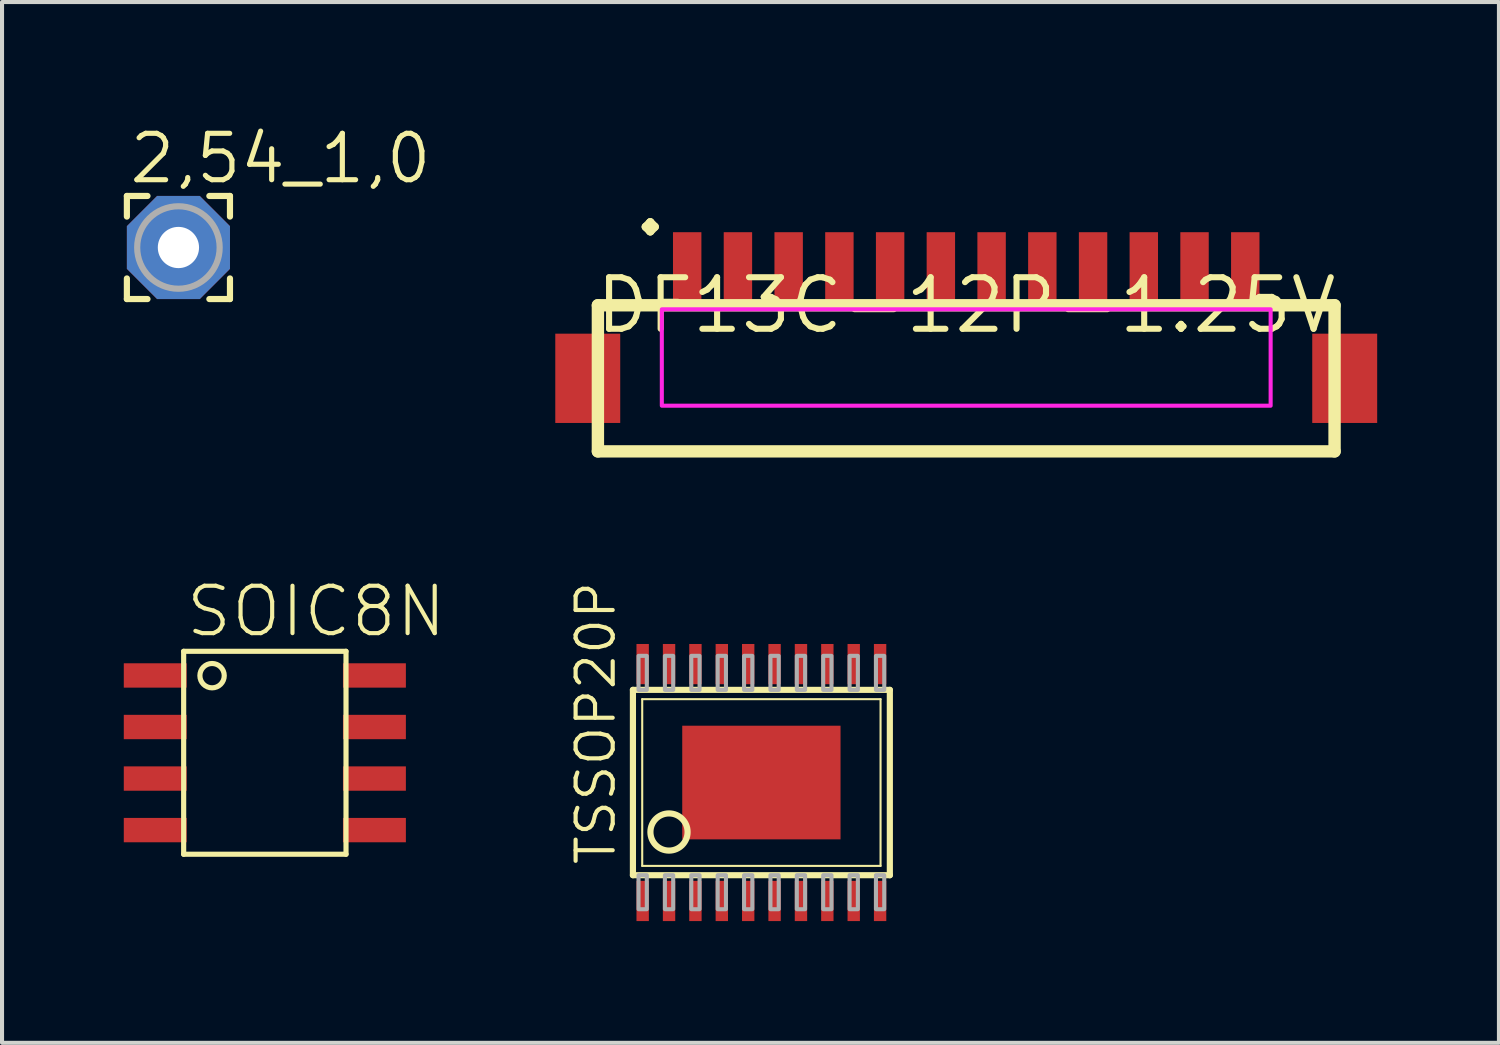
<source format=kicad_pcb>
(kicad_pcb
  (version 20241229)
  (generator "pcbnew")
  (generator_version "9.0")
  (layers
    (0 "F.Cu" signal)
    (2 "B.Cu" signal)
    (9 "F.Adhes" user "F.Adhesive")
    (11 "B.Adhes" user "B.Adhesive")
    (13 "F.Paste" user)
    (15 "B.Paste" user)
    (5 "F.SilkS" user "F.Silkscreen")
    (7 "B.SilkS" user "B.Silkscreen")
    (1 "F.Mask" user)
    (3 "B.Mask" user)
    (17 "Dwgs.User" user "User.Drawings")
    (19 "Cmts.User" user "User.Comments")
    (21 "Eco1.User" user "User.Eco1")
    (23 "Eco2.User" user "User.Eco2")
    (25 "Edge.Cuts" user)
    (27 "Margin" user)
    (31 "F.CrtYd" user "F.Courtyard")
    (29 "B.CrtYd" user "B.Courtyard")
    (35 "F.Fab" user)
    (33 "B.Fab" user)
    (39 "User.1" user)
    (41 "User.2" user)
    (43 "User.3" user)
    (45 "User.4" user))
  (footprint "DF13C-12P-1.25V"
    (layer "F.Cu")
    (at 20.756 4.471)
    (property "Reference" "DF13C-12P-1.25V" (at 0 0 0) (layer "F.SilkS") (effects (font (size 1.27 1.27) (thickness 0.15))))
    (fp_line (start -9.075 0) (end -9.075 3.6) (stroke (width 0.305) (type solid)) (layer "F.SilkS"))
    (fp_line (start -9.075 3.6) (end 9.075 3.6) (stroke (width 0.305) (type solid)) (layer "F.SilkS"))
    (fp_line (start 9.075 0) (end -9.075 0) (stroke (width 0.305) (type solid)) (layer "F.SilkS"))
    (fp_line (start 9.075 3.6) (end 9.075 0) (stroke (width 0.305) (type solid)) (layer "F.SilkS"))
    (fp_poly (pts (xy -7.5 2.475) (xy 7.5 2.475) (xy 7.5 0.1) (xy -7.5 0.1)) (stroke (width 0.1) (type default)) (fill no) (layer "F.CrtYd"))
    (fp_text user "." (at -8.475 -1.525 0) (layer "F.SilkS") (effects (font (size 2.337 2.337) (thickness 0.203)) (justify left bottom)))
    (pad "M$0" smd rect (at 9.325 1.8 90) (size 2.2 1.6) (layers "F.Cu" "F.Mask" "F.Paste"))
    (pad "M$1" smd rect (at -9.325 1.8 90) (size 2.2 1.6) (layers "F.Cu" "F.Mask" "F.Paste"))
    (pad "P$1" smd rect (at -6.875 -0.9) (size 0.7 1.8) (layers "F.Cu" "F.Mask" "F.Paste"))
    (pad "P$2" smd rect (at -5.625 -0.9) (size 0.7 1.8) (layers "F.Cu" "F.Mask" "F.Paste"))
    (pad "P$3" smd rect (at -4.375 -0.9) (size 0.7 1.8) (layers "F.Cu" "F.Mask" "F.Paste"))
    (pad "P$4" smd rect (at -3.125 -0.9) (size 0.7 1.8) (layers "F.Cu" "F.Mask" "F.Paste"))
    (pad "P$5" smd rect (at -1.875 -0.9) (size 0.7 1.8) (layers "F.Cu" "F.Mask" "F.Paste"))
    (pad "P$6" smd rect (at -0.625 -0.9) (size 0.7 1.8) (layers "F.Cu" "F.Mask" "F.Paste"))
    (pad "P$7" smd rect (at 0.625 -0.9) (size 0.7 1.8) (layers "F.Cu" "F.Mask" "F.Paste"))
    (pad "P$8" smd rect (at 1.875 -0.9) (size 0.7 1.8) (layers "F.Cu" "F.Mask" "F.Paste"))
    (pad "P$9" smd rect (at 3.125 -0.9) (size 0.7 1.8) (layers "F.Cu" "F.Mask" "F.Paste"))
    (pad "P$10" smd rect (at 4.375 -0.9) (size 0.7 1.8) (layers "F.Cu" "F.Mask" "F.Paste"))
    (pad "P$11" smd rect (at 5.625 -0.9) (size 0.7 1.8) (layers "F.Cu" "F.Mask" "F.Paste"))
    (pad "P$12" smd rect (at 6.875 -0.9) (size 0.7 1.8) (layers "F.Cu" "F.Mask" "F.Paste")))
  (footprint "2,54_1,0"
    (layer "F.Cu")
    (at 1.346 3.048)
    (property "Reference" "2,54_1,0" (at -1.27 -1.524 0) (layer "F.SilkS") (effects (font (size 1.143 1.143) (thickness 0.127)) (justify left bottom)))
    (fp_line (start -1.27 -1.27) (end -1.27 -0.762) (stroke (width 0.152) (type solid)) (layer "F.SilkS"))
    (fp_line (start -1.27 -1.27) (end -0.762 -1.27) (stroke (width 0.152) (type solid)) (layer "F.SilkS"))
    (fp_line (start -1.27 1.27) (end -1.27 0.762) (stroke (width 0.152) (type solid)) (layer "F.SilkS"))
    (fp_line (start -1.27 1.27) (end -0.762 1.27) (stroke (width 0.152) (type solid)) (layer "F.SilkS"))
    (fp_line (start 0.762 1.27) (end 1.27 1.27) (stroke (width 0.152) (type solid)) (layer "F.SilkS"))
    (fp_line (start 1.27 -1.27) (end 0.762 -1.27) (stroke (width 0.152) (type solid)) (layer "F.SilkS"))
    (fp_line (start 1.27 -1.27) (end 1.27 -0.762) (stroke (width 0.152) (type solid)) (layer "F.SilkS"))
    (fp_line (start 1.27 1.27) (end 1.27 0.762) (stroke (width 0.152) (type solid)) (layer "F.SilkS"))
    (fp_circle (center 0 0) (end 1.016 0) (stroke (width 0.152) (type solid)) (fill no) (layer "F.Fab"))
    (pad "1" thru_hole roundrect (at 0 0) (size 2.54 2.54) (drill 1.016) (layers "*.Cu" "*.Mask") (roundrect_rratio 0.25) (chamfer_ratio 0.293) (chamfer top_left top_right bottom_left bottom_right)))
  (footprint "SOIC8N"
    (layer "F.Cu")
    (at 3.475 15.497)
    (property "Reference" "SOIC8N" (at -2 -2.8 0) (layer "F.SilkS") (effects (font (size 1.168 1.168) (thickness 0.102)) (justify left bottom)))
    (fp_line (start -2 -2.5) (end -2 2.5) (stroke (width 0.127) (type solid)) (layer "F.SilkS"))
    (fp_line (start -2 2.5) (end 2 2.5) (stroke (width 0.127) (type solid)) (layer "F.SilkS"))
    (fp_line (start 2 -2.5) (end -2 -2.5) (stroke (width 0.127) (type solid)) (layer "F.SilkS"))
    (fp_line (start 2 2.5) (end 2 -2.5) (stroke (width 0.127) (type solid)) (layer "F.SilkS"))
    (fp_circle (center -1.3 -1.9) (end -1 -1.9) (stroke (width 0.127) (type solid)) (fill no) (layer "F.SilkS"))
    (pad "1" smd rect (at -2.7 -1.905 270) (size 0.6 1.55) (layers "F.Cu" "F.Mask" "F.Paste"))
    (pad "2" smd rect (at -2.7 -0.635 270) (size 0.6 1.55) (layers "F.Cu" "F.Mask" "F.Paste"))
    (pad "3" smd rect (at -2.7 0.635 270) (size 0.6 1.55) (layers "F.Cu" "F.Mask" "F.Paste"))
    (pad "4" smd rect (at -2.7 1.905 270) (size 0.6 1.55) (layers "F.Cu" "F.Mask" "F.Paste"))
    (pad "5" smd rect (at 2.7 1.905 270) (size 0.6 1.55) (layers "F.Cu" "F.Mask" "F.Paste"))
    (pad "6" smd rect (at 2.7 0.635 270) (size 0.6 1.55) (layers "F.Cu" "F.Mask" "F.Paste"))
    (pad "7" smd rect (at 2.7 -0.635 270) (size 0.6 1.55) (layers "F.Cu" "F.Mask" "F.Paste"))
    (pad "8" smd rect (at 2.7 -1.905 270) (size 0.6 1.55) (layers "F.Cu" "F.Mask" "F.Paste")))
  (footprint "TSSOP20P"
    (layer "F.Cu")
    (at 15.709 16.23)
    (property "Reference" "TSSOP20P" (at -3.546 2.083 90) (layer "F.SilkS") (effects (font (size 0.914 0.914) (thickness 0.102)) (justify left bottom)))
    (fp_line (start -3.165 2.283) (end -3.165 -2.283) (stroke (width 0.152) (type solid)) (layer "F.SilkS"))
    (fp_line (start -3.165 2.283) (end 3.165 2.283) (stroke (width 0.152) (type solid)) (layer "F.SilkS"))
    (fp_line (start -2.936 2.054) (end -2.936 -2.054) (stroke (width 0.051) (type solid)) (layer "F.SilkS"))
    (fp_line (start -2.936 2.054) (end 2.936 2.054) (stroke (width 0.051) (type solid)) (layer "F.SilkS"))
    (fp_line (start 2.936 -2.054) (end -2.936 -2.054) (stroke (width 0.051) (type solid)) (layer "F.SilkS"))
    (fp_line (start 2.936 -2.054) (end 2.936 2.054) (stroke (width 0.051) (type solid)) (layer "F.SilkS"))
    (fp_line (start 3.165 -2.283) (end -3.165 -2.283) (stroke (width 0.152) (type solid)) (layer "F.SilkS"))
    (fp_line (start 3.165 -2.283) (end 3.165 2.283) (stroke (width 0.152) (type solid)) (layer "F.SilkS"))
    (fp_circle (center -2.276 1.219) (end -1.818 1.219) (stroke (width 0.152) (type solid)) (fill no) (layer "F.SilkS"))
    (fp_poly (pts (xy -3.027 -2.283) (xy -2.823 -2.283) (xy -2.823 -3.121) (xy -3.027 -3.121)) (stroke (width 0.1) (type default)) (fill no) (layer "F.Fab"))
    (fp_poly (pts (xy -3.027 3.121) (xy -2.823 3.121) (xy -2.823 2.283) (xy -3.027 2.283)) (stroke (width 0.1) (type default)) (fill no) (layer "F.Fab"))
    (fp_poly (pts (xy -2.377 -2.283) (xy -2.173 -2.283) (xy -2.173 -3.121) (xy -2.377 -3.121)) (stroke (width 0.1) (type default)) (fill no) (layer "F.Fab"))
    (fp_poly (pts (xy -2.377 3.121) (xy -2.173 3.121) (xy -2.173 2.283) (xy -2.377 2.283)) (stroke (width 0.1) (type default)) (fill no) (layer "F.Fab"))
    (fp_poly (pts (xy -1.727 -2.283) (xy -1.523 -2.283) (xy -1.523 -3.121) (xy -1.727 -3.121)) (stroke (width 0.1) (type default)) (fill no) (layer "F.Fab"))
    (fp_poly (pts (xy -1.727 3.121) (xy -1.523 3.121) (xy -1.523 2.283) (xy -1.727 2.283)) (stroke (width 0.1) (type default)) (fill no) (layer "F.Fab"))
    (fp_poly (pts (xy -1.077 -2.283) (xy -0.873 -2.283) (xy -0.873 -3.121) (xy -1.077 -3.121)) (stroke (width 0.1) (type default)) (fill no) (layer "F.Fab"))
    (fp_poly (pts (xy -1.077 3.121) (xy -0.873 3.121) (xy -0.873 2.283) (xy -1.077 2.283)) (stroke (width 0.1) (type default)) (fill no) (layer "F.Fab"))
    (fp_poly (pts (xy -0.427 -2.283) (xy -0.223 -2.283) (xy -0.223 -3.121) (xy -0.427 -3.121)) (stroke (width 0.1) (type default)) (fill no) (layer "F.Fab"))
    (fp_poly (pts (xy -0.427 3.121) (xy -0.223 3.121) (xy -0.223 2.283) (xy -0.427 2.283)) (stroke (width 0.1) (type default)) (fill no) (layer "F.Fab"))
    (fp_poly (pts (xy 0.223 -2.283) (xy 0.427 -2.283) (xy 0.427 -3.121) (xy 0.223 -3.121)) (stroke (width 0.1) (type default)) (fill no) (layer "F.Fab"))
    (fp_poly (pts (xy 0.223 3.121) (xy 0.427 3.121) (xy 0.427 2.283) (xy 0.223 2.283)) (stroke (width 0.1) (type default)) (fill no) (layer "F.Fab"))
    (fp_poly (pts (xy 0.873 -2.283) (xy 1.077 -2.283) (xy 1.077 -3.121) (xy 0.873 -3.121)) (stroke (width 0.1) (type default)) (fill no) (layer "F.Fab"))
    (fp_poly (pts (xy 0.873 3.121) (xy 1.077 3.121) (xy 1.077 2.283) (xy 0.873 2.283)) (stroke (width 0.1) (type default)) (fill no) (layer "F.Fab"))
    (fp_poly (pts (xy 1.523 -2.283) (xy 1.727 -2.283) (xy 1.727 -3.121) (xy 1.523 -3.121)) (stroke (width 0.1) (type default)) (fill no) (layer "F.Fab"))
    (fp_poly (pts (xy 1.523 3.121) (xy 1.727 3.121) (xy 1.727 2.283) (xy 1.523 2.283)) (stroke (width 0.1) (type default)) (fill no) (layer "F.Fab"))
    (fp_poly (pts (xy 2.173 -2.283) (xy 2.377 -2.283) (xy 2.377 -3.121) (xy 2.173 -3.121)) (stroke (width 0.1) (type default)) (fill no) (layer "F.Fab"))
    (fp_poly (pts (xy 2.173 3.121) (xy 2.377 3.121) (xy 2.377 2.283) (xy 2.173 2.283)) (stroke (width 0.1) (type default)) (fill no) (layer "F.Fab"))
    (fp_poly (pts (xy 2.823 -2.283) (xy 3.027 -2.283) (xy 3.027 -3.121) (xy 2.823 -3.121)) (stroke (width 0.1) (type default)) (fill no) (layer "F.Fab"))
    (fp_poly (pts (xy 2.823 3.121) (xy 3.027 3.121) (xy 3.027 2.283) (xy 2.823 2.283)) (stroke (width 0.1) (type default)) (fill no) (layer "F.Fab"))
    (pad "1" smd rect (at -2.925 2.918) (size 0.305 0.991) (layers "F.Cu" "F.Mask" "F.Paste"))
    (pad "2" smd rect (at -2.275 2.918) (size 0.305 0.991) (layers "F.Cu" "F.Mask" "F.Paste"))
    (pad "3" smd rect (at -1.625 2.918) (size 0.305 0.991) (layers "F.Cu" "F.Mask" "F.Paste"))
    (pad "4" smd rect (at -0.975 2.918) (size 0.305 0.991) (layers "F.Cu" "F.Mask" "F.Paste"))
    (pad "5" smd rect (at -0.325 2.918) (size 0.305 0.991) (layers "F.Cu" "F.Mask" "F.Paste"))
    (pad "6" smd rect (at 0.325 2.918) (size 0.305 0.991) (layers "F.Cu" "F.Mask" "F.Paste"))
    (pad "7" smd rect (at 0.975 2.918) (size 0.305 0.991) (layers "F.Cu" "F.Mask" "F.Paste"))
    (pad "8" smd rect (at 1.625 2.918) (size 0.305 0.991) (layers "F.Cu" "F.Mask" "F.Paste"))
    (pad "9" smd rect (at 2.275 2.918) (size 0.305 0.991) (layers "F.Cu" "F.Mask" "F.Paste"))
    (pad "10" smd rect (at 2.925 2.918) (size 0.305 0.991) (layers "F.Cu" "F.Mask" "F.Paste"))
    (pad "11" smd rect (at 2.925 -2.918) (size 0.305 0.991) (layers "F.Cu" "F.Mask" "F.Paste"))
    (pad "12" smd rect (at 2.275 -2.918) (size 0.305 0.991) (layers "F.Cu" "F.Mask" "F.Paste"))
    (pad "13" smd rect (at 1.625 -2.918) (size 0.305 0.991) (layers "F.Cu" "F.Mask" "F.Paste"))
    (pad "14" smd rect (at 0.975 -2.918) (size 0.305 0.991) (layers "F.Cu" "F.Mask" "F.Paste"))
    (pad "15" smd rect (at 0.325 -2.918) (size 0.305 0.991) (layers "F.Cu" "F.Mask" "F.Paste"))
    (pad "16" smd rect (at -0.325 -2.918) (size 0.305 0.991) (layers "F.Cu" "F.Mask" "F.Paste"))
    (pad "17" smd rect (at -0.975 -2.918) (size 0.305 0.991) (layers "F.Cu" "F.Mask" "F.Paste"))
    (pad "18" smd rect (at -1.625 -2.918) (size 0.305 0.991) (layers "F.Cu" "F.Mask" "F.Paste"))
    (pad "19" smd rect (at -2.275 -2.918) (size 0.305 0.991) (layers "F.Cu" "F.Mask" "F.Paste"))
    (pad "20" smd rect (at -2.925 -2.918) (size 0.305 0.991) (layers "F.Cu" "F.Mask" "F.Paste"))
    (pad "PAD" smd rect (at 0 0) (size 3.9 2.8) (layers "F.Cu" "F.Mask" "F.Paste")))
  (gr_rect
    (start -3 -3)
    (end 33.881 22.643)
    (stroke (width 0.1) (type default))
    (fill no)
    (layer "Edge.Cuts")))
</source>
